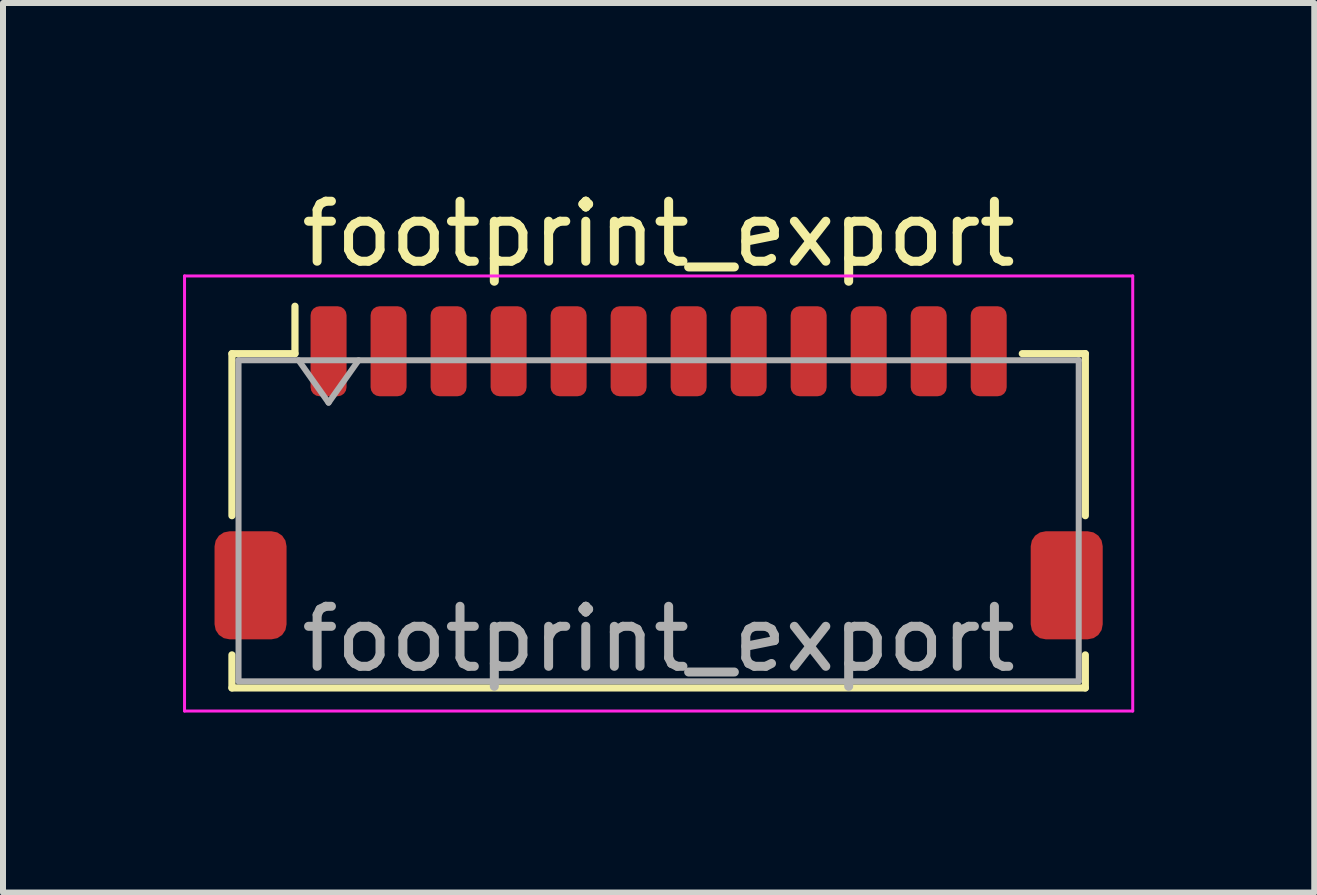
<source format=kicad_pcb>
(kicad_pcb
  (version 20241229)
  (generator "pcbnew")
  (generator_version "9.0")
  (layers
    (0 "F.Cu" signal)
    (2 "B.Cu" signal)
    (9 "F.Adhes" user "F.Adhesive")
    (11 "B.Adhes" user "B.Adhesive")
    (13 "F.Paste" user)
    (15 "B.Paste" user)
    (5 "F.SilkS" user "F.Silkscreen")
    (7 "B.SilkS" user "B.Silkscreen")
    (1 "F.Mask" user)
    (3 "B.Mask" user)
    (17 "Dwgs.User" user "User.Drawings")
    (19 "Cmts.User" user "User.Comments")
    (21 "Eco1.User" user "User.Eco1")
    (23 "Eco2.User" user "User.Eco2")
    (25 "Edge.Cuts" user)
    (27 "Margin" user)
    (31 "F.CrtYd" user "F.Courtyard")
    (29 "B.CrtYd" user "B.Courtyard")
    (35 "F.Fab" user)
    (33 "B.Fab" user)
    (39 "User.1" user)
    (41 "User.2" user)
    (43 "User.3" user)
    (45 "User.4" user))
  (footprint "footprint_export"
    (layer "F.Cu")
    (at 7.925 4.828)
    (property "Reference" "footprint_export" (at 0 -3.98 0) (layer "F.SilkS") (effects (font (size 1 1) (thickness 0.15))))
    (attr smd)
    (fp_line (start -7.11 -1.985) (end -6.06 -1.985) (stroke (width 0.12) (type solid)) (layer "F.SilkS"))
    (fp_line (start -7.11 0.715) (end -7.11 -1.985) (stroke (width 0.12) (type solid)) (layer "F.SilkS"))
    (fp_line (start -7.11 3.035) (end -7.11 3.585) (stroke (width 0.12) (type solid)) (layer "F.SilkS"))
    (fp_line (start -7.11 3.585) (end 7.11 3.585) (stroke (width 0.12) (type solid)) (layer "F.SilkS"))
    (fp_line (start -6.06 -1.985) (end -6.06 -2.775) (stroke (width 0.12) (type solid)) (layer "F.SilkS"))
    (fp_line (start 7.11 -1.985) (end 6.06 -1.985) (stroke (width 0.12) (type solid)) (layer "F.SilkS"))
    (fp_line (start 7.11 0.715) (end 7.11 -1.985) (stroke (width 0.12) (type solid)) (layer "F.SilkS"))
    (fp_line (start 7.11 3.585) (end 7.11 3.035) (stroke (width 0.12) (type solid)) (layer "F.SilkS"))
    (fp_line (start -7.9 -3.28) (end -7.9 3.97) (stroke (width 0.05) (type solid)) (layer "F.CrtYd"))
    (fp_line (start -7.9 3.97) (end 7.9 3.97) (stroke (width 0.05) (type solid)) (layer "F.CrtYd"))
    (fp_line (start 7.9 -3.28) (end -7.9 -3.28) (stroke (width 0.05) (type solid)) (layer "F.CrtYd"))
    (fp_line (start 7.9 3.97) (end 7.9 -3.28) (stroke (width 0.05) (type solid)) (layer "F.CrtYd"))
    (fp_line (start -7 -1.875) (end -7 3.475) (stroke (width 0.1) (type solid)) (layer "F.Fab"))
    (fp_line (start -7 -1.875) (end 7 -1.875) (stroke (width 0.1) (type solid)) (layer "F.Fab"))
    (fp_line (start -7 3.475) (end 7 3.475) (stroke (width 0.1) (type solid)) (layer "F.Fab"))
    (fp_line (start -6 -1.875) (end -5.5 -1.168) (stroke (width 0.1) (type solid)) (layer "F.Fab"))
    (fp_line (start -5.5 -1.168) (end -5 -1.875) (stroke (width 0.1) (type solid)) (layer "F.Fab"))
    (fp_line (start 7 -1.875) (end 7 3.475) (stroke (width 0.1) (type solid)) (layer "F.Fab"))
    (fp_text user "${REFERENCE}" (at 0 2.77 0) (layer "F.Fab") (effects (font (size 1 1) (thickness 0.15))))
    (pad "1" smd roundrect (at -5.5 -2.025) (size 0.6 1.5) (layers "F.Cu" "F.Mask" "F.Paste") (roundrect_rratio 0.25))
    (pad "2" smd roundrect (at -4.5 -2.025) (size 0.6 1.5) (layers "F.Cu" "F.Mask" "F.Paste") (roundrect_rratio 0.25))
    (pad "3" smd roundrect (at -3.5 -2.025) (size 0.6 1.5) (layers "F.Cu" "F.Mask" "F.Paste") (roundrect_rratio 0.25))
    (pad "4" smd roundrect (at -2.5 -2.025) (size 0.6 1.5) (layers "F.Cu" "F.Mask" "F.Paste") (roundrect_rratio 0.25))
    (pad "5" smd roundrect (at -1.5 -2.025) (size 0.6 1.5) (layers "F.Cu" "F.Mask" "F.Paste") (roundrect_rratio 0.25))
    (pad "6" smd roundrect (at -0.5 -2.025) (size 0.6 1.5) (layers "F.Cu" "F.Mask" "F.Paste") (roundrect_rratio 0.25))
    (pad "7" smd roundrect (at 0.5 -2.025) (size 0.6 1.5) (layers "F.Cu" "F.Mask" "F.Paste") (roundrect_rratio 0.25))
    (pad "8" smd roundrect (at 1.5 -2.025) (size 0.6 1.5) (layers "F.Cu" "F.Mask" "F.Paste") (roundrect_rratio 0.25))
    (pad "9" smd roundrect (at 2.5 -2.025) (size 0.6 1.5) (layers "F.Cu" "F.Mask" "F.Paste") (roundrect_rratio 0.25))
    (pad "10" smd roundrect (at 3.5 -2.025) (size 0.6 1.5) (layers "F.Cu" "F.Mask" "F.Paste") (roundrect_rratio 0.25))
    (pad "11" smd roundrect (at 4.5 -2.025) (size 0.6 1.5) (layers "F.Cu" "F.Mask" "F.Paste") (roundrect_rratio 0.25))
    (pad "12" smd roundrect (at 5.5 -2.025) (size 0.6 1.5) (layers "F.Cu" "F.Mask" "F.Paste") (roundrect_rratio 0.25))
    (pad "MP" smd roundrect (at -6.8 1.875) (size 1.2 1.8) (layers "F.Cu" "F.Mask" "F.Paste") (roundrect_rratio 0.208))
    (pad "MP" smd roundrect (at 6.8 1.875) (size 1.2 1.8) (layers "F.Cu" "F.Mask" "F.Paste") (roundrect_rratio 0.208)))
  (gr_rect
    (start -3 -3)
    (end 18.85 11.823)
    (stroke (width 0.1) (type default))
    (fill no)
    (layer "Edge.Cuts")))
</source>
